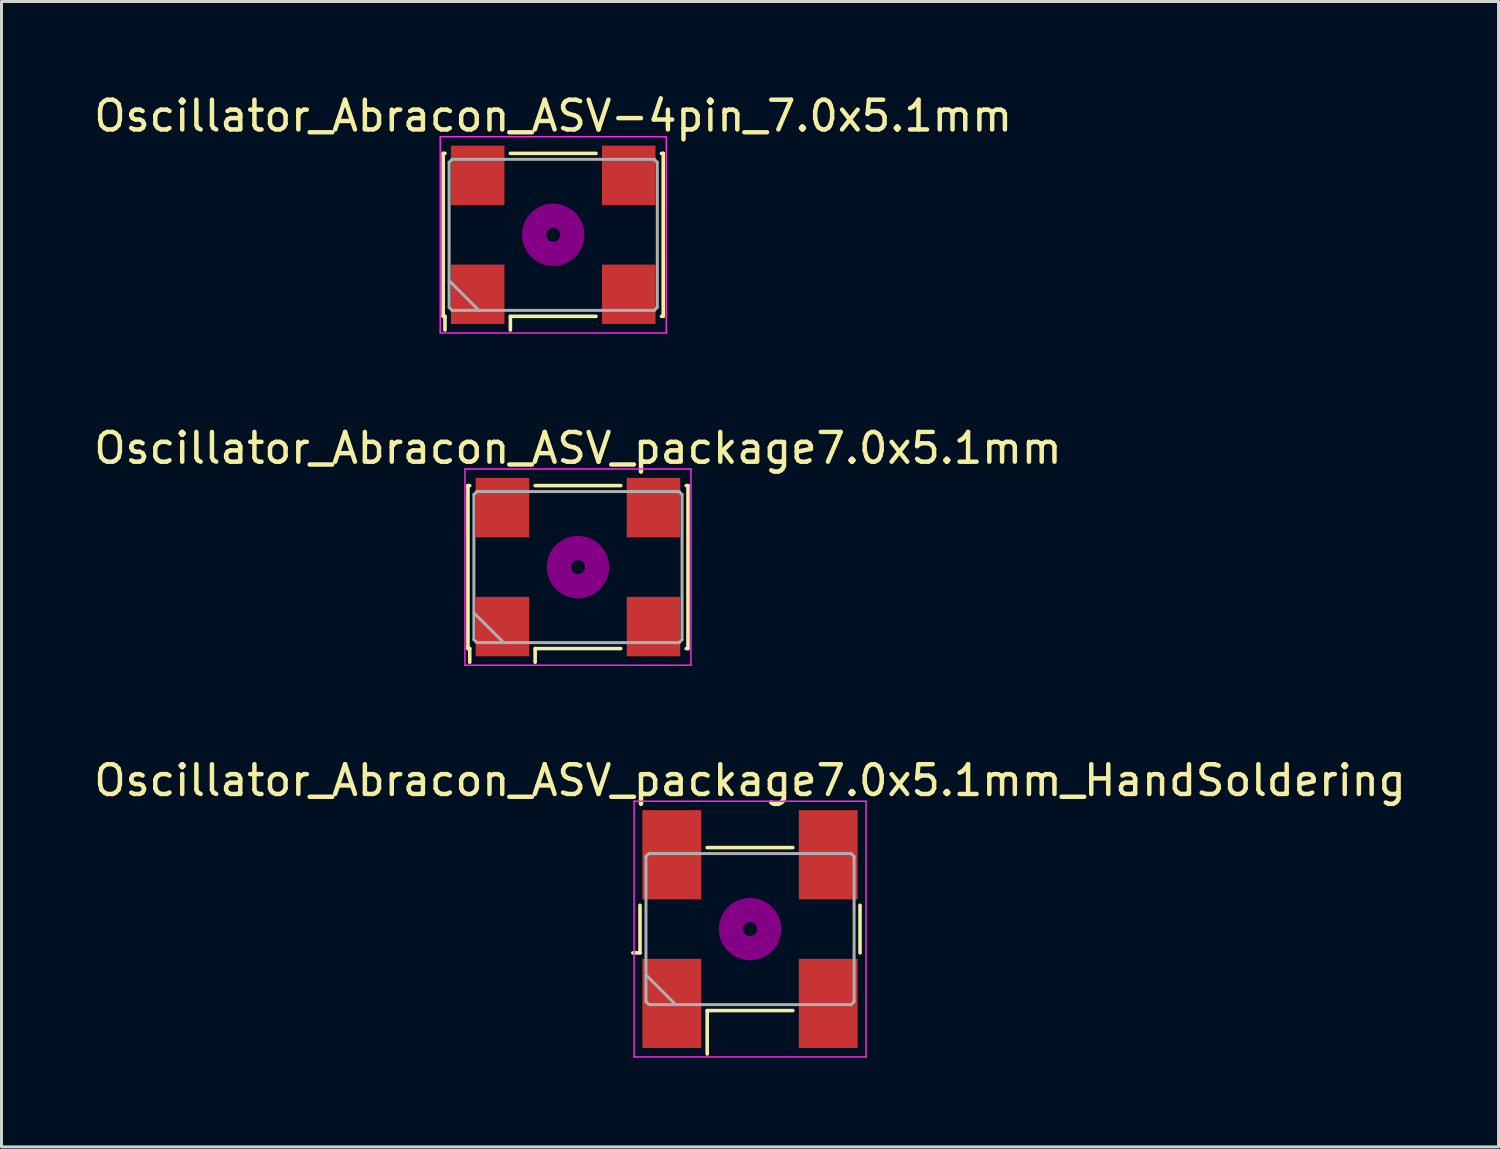
<source format=kicad_pcb>
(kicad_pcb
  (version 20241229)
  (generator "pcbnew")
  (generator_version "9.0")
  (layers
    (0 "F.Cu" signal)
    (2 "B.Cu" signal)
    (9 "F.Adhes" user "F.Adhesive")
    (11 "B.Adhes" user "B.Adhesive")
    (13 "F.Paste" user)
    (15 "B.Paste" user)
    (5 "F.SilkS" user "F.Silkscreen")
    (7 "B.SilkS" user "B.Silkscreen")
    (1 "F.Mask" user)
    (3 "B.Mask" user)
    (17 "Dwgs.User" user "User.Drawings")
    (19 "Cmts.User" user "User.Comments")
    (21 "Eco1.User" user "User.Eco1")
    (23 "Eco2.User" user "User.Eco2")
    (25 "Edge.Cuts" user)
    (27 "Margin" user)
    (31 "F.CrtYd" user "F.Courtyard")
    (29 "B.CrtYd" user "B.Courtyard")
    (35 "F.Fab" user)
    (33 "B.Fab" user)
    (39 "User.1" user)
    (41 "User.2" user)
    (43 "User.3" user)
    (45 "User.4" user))
  (footprint "Oscillator_Abracon_ASV-4pin_7.0x5.1mm"
    (layer "F.Cu")
    (at 15.554 4.848)
    (property "Reference" "Oscillator_Abracon_ASV-4pin_7.0x5.1mm" (at 0 -4 0) (layer "F.SilkS") (effects (font (size 1 1) (thickness 0.15))))
    (attr smd)
    (fp_line (start -3.7 -2.74) (end -3.64 -2.74) (stroke (width 0.12) (type solid)) (layer "F.SilkS"))
    (fp_line (start -3.7 2.74) (end -3.7 -2.74) (stroke (width 0.12) (type solid)) (layer "F.SilkS"))
    (fp_line (start -3.64 2.74) (end -3.7 2.74) (stroke (width 0.12) (type solid)) (layer "F.SilkS"))
    (fp_line (start -3.64 3.2) (end -3.64 2.74) (stroke (width 0.12) (type solid)) (layer "F.SilkS"))
    (fp_line (start -1.44 -2.74) (end 1.44 -2.74) (stroke (width 0.12) (type solid)) (layer "F.SilkS"))
    (fp_line (start -1.44 2.74) (end -1.44 3.2) (stroke (width 0.12) (type solid)) (layer "F.SilkS"))
    (fp_line (start 1.44 2.74) (end -1.44 2.74) (stroke (width 0.12) (type solid)) (layer "F.SilkS"))
    (fp_line (start 3.64 -2.74) (end 3.7 -2.74) (stroke (width 0.12) (type solid)) (layer "F.SilkS"))
    (fp_line (start 3.7 -2.74) (end 3.7 2.74) (stroke (width 0.12) (type solid)) (layer "F.SilkS"))
    (fp_line (start 3.7 2.74) (end 3.64 2.74) (stroke (width 0.12) (type solid)) (layer "F.SilkS"))
    (fp_circle (center 0 0) (end 0.233 0) (stroke (width 0.467) (type solid)) (fill no) (layer "F.Adhes"))
    (fp_circle (center 0 0) (end 0.533 0) (stroke (width 0.333) (type solid)) (fill no) (layer "F.Adhes"))
    (fp_circle (center 0 0) (end 0.833 0) (stroke (width 0.333) (type solid)) (fill no) (layer "F.Adhes"))
    (fp_circle (center 0 0) (end 1 0) (stroke (width 0.1) (type solid)) (fill no) (layer "F.Adhes"))
    (fp_line (start -3.8 -3.3) (end -3.8 3.3) (stroke (width 0.05) (type solid)) (layer "F.CrtYd"))
    (fp_line (start -3.8 3.3) (end 3.8 3.3) (stroke (width 0.05) (type solid)) (layer "F.CrtYd"))
    (fp_line (start 3.8 -3.3) (end -3.8 -3.3) (stroke (width 0.05) (type solid)) (layer "F.CrtYd"))
    (fp_line (start 3.8 3.3) (end 3.8 -3.3) (stroke (width 0.05) (type solid)) (layer "F.CrtYd"))
    (fp_line (start -3.5 -2.44) (end -3.4 -2.54) (stroke (width 0.1) (type solid)) (layer "F.Fab"))
    (fp_line (start -3.5 1.54) (end -2.5 2.54) (stroke (width 0.1) (type solid)) (layer "F.Fab"))
    (fp_line (start -3.5 2.44) (end -3.5 -2.44) (stroke (width 0.1) (type solid)) (layer "F.Fab"))
    (fp_line (start -3.4 -2.54) (end 3.4 -2.54) (stroke (width 0.1) (type solid)) (layer "F.Fab"))
    (fp_line (start -3.4 2.54) (end -3.5 2.44) (stroke (width 0.1) (type solid)) (layer "F.Fab"))
    (fp_line (start 3.4 -2.54) (end 3.5 -2.44) (stroke (width 0.1) (type solid)) (layer "F.Fab"))
    (fp_line (start 3.4 2.54) (end -3.4 2.54) (stroke (width 0.1) (type solid)) (layer "F.Fab"))
    (fp_line (start 3.5 -2.44) (end 3.5 2.44) (stroke (width 0.1) (type solid)) (layer "F.Fab"))
    (fp_line (start 3.5 2.44) (end 3.4 2.54) (stroke (width 0.1) (type solid)) (layer "F.Fab"))
    (pad "1" smd rect (at -2.54 2) (size 1.8 2) (layers "F.Cu" "F.Mask"))
    (pad "2" smd rect (at 2.54 2) (size 1.8 2) (layers "F.Cu" "F.Mask"))
    (pad "3" smd rect (at 2.54 -2) (size 1.8 2) (layers "F.Cu" "F.Mask"))
    (pad "4" smd rect (at -2.54 -2) (size 1.8 2) (layers "F.Cu" "F.Mask")))
  (footprint "Oscillator_Abracon_ASV_package7.0x5.1mm_HandSoldering"
    (layer "F.Cu")
    (at 22.173 28.195)
    (property "Reference" "Oscillator_Abracon_ASV_package7.0x5.1mm_HandSoldering" (at 0 -5 0) (layer "F.SilkS") (effects (font (size 1 1) (thickness 0.15))))
    (attr smd)
    (fp_line (start -3.94 0.8) (end -3.7 0.8) (stroke (width 0.12) (type solid)) (layer "F.SilkS"))
    (fp_line (start -3.7 0.8) (end -3.7 -0.8) (stroke (width 0.12) (type solid)) (layer "F.SilkS"))
    (fp_line (start -1.44 -2.74) (end 1.44 -2.74) (stroke (width 0.12) (type solid)) (layer "F.SilkS"))
    (fp_line (start -1.44 2.74) (end -1.44 4.2) (stroke (width 0.12) (type solid)) (layer "F.SilkS"))
    (fp_line (start 1.44 2.74) (end -1.44 2.74) (stroke (width 0.12) (type solid)) (layer "F.SilkS"))
    (fp_line (start 3.7 -0.8) (end 3.7 0.8) (stroke (width 0.12) (type solid)) (layer "F.SilkS"))
    (fp_circle (center 0 0) (end 0.233 0) (stroke (width 0.467) (type solid)) (fill no) (layer "F.Adhes"))
    (fp_circle (center 0 0) (end 0.533 0) (stroke (width 0.333) (type solid)) (fill no) (layer "F.Adhes"))
    (fp_circle (center 0 0) (end 0.833 0) (stroke (width 0.333) (type solid)) (fill no) (layer "F.Adhes"))
    (fp_circle (center 0 0) (end 1 0) (stroke (width 0.1) (type solid)) (fill no) (layer "F.Adhes"))
    (fp_line (start -3.9 -4.3) (end -3.9 4.3) (stroke (width 0.05) (type solid)) (layer "F.CrtYd"))
    (fp_line (start -3.9 4.3) (end 3.9 4.3) (stroke (width 0.05) (type solid)) (layer "F.CrtYd"))
    (fp_line (start 3.9 -4.3) (end -3.9 -4.3) (stroke (width 0.05) (type solid)) (layer "F.CrtYd"))
    (fp_line (start 3.9 4.3) (end 3.9 -4.3) (stroke (width 0.05) (type solid)) (layer "F.CrtYd"))
    (fp_line (start -3.5 -2.44) (end -3.4 -2.54) (stroke (width 0.1) (type solid)) (layer "F.Fab"))
    (fp_line (start -3.5 1.54) (end -2.5 2.54) (stroke (width 0.1) (type solid)) (layer "F.Fab"))
    (fp_line (start -3.5 2.44) (end -3.5 -2.44) (stroke (width 0.1) (type solid)) (layer "F.Fab"))
    (fp_line (start -3.4 -2.54) (end 3.4 -2.54) (stroke (width 0.1) (type solid)) (layer "F.Fab"))
    (fp_line (start -3.4 2.54) (end -3.5 2.44) (stroke (width 0.1) (type solid)) (layer "F.Fab"))
    (fp_line (start 3.4 -2.54) (end 3.5 -2.44) (stroke (width 0.1) (type solid)) (layer "F.Fab"))
    (fp_line (start 3.4 2.54) (end -3.4 2.54) (stroke (width 0.1) (type solid)) (layer "F.Fab"))
    (fp_line (start 3.5 -2.44) (end 3.5 2.44) (stroke (width 0.1) (type solid)) (layer "F.Fab"))
    (fp_line (start 3.5 2.44) (end 3.4 2.54) (stroke (width 0.1) (type solid)) (layer "F.Fab"))
    (pad "1" smd rect (at -2.63 2.5) (size 1.98 3) (layers "F.Cu" "F.Mask"))
    (pad "2" smd rect (at 2.63 2.5) (size 1.98 3) (layers "F.Cu" "F.Mask"))
    (pad "3" smd rect (at 2.63 -2.5) (size 1.98 3) (layers "F.Cu" "F.Mask"))
    (pad "4" smd rect (at -2.63 -2.5) (size 1.98 3) (layers "F.Cu" "F.Mask")))
  (footprint "Oscillator_Abracon_ASV_package7.0x5.1mm"
    (layer "F.Cu")
    (at 16.387 16.021)
    (property "Reference" "Oscillator_Abracon_ASV_package7.0x5.1mm" (at 0 -4 0) (layer "F.SilkS") (effects (font (size 1 1) (thickness 0.15))))
    (attr smd)
    (fp_line (start -3.7 -2.74) (end -3.64 -2.74) (stroke (width 0.12) (type solid)) (layer "F.SilkS"))
    (fp_line (start -3.7 2.74) (end -3.7 -2.74) (stroke (width 0.12) (type solid)) (layer "F.SilkS"))
    (fp_line (start -3.64 2.74) (end -3.7 2.74) (stroke (width 0.12) (type solid)) (layer "F.SilkS"))
    (fp_line (start -3.64 3.2) (end -3.64 2.74) (stroke (width 0.12) (type solid)) (layer "F.SilkS"))
    (fp_line (start -1.44 -2.74) (end 1.44 -2.74) (stroke (width 0.12) (type solid)) (layer "F.SilkS"))
    (fp_line (start -1.44 2.74) (end -1.44 3.2) (stroke (width 0.12) (type solid)) (layer "F.SilkS"))
    (fp_line (start 1.44 2.74) (end -1.44 2.74) (stroke (width 0.12) (type solid)) (layer "F.SilkS"))
    (fp_line (start 3.64 -2.74) (end 3.7 -2.74) (stroke (width 0.12) (type solid)) (layer "F.SilkS"))
    (fp_line (start 3.7 -2.74) (end 3.7 2.74) (stroke (width 0.12) (type solid)) (layer "F.SilkS"))
    (fp_line (start 3.7 2.74) (end 3.64 2.74) (stroke (width 0.12) (type solid)) (layer "F.SilkS"))
    (fp_circle (center 0 0) (end 0.233 0) (stroke (width 0.467) (type solid)) (fill no) (layer "F.Adhes"))
    (fp_circle (center 0 0) (end 0.533 0) (stroke (width 0.333) (type solid)) (fill no) (layer "F.Adhes"))
    (fp_circle (center 0 0) (end 0.833 0) (stroke (width 0.333) (type solid)) (fill no) (layer "F.Adhes"))
    (fp_circle (center 0 0) (end 1 0) (stroke (width 0.1) (type solid)) (fill no) (layer "F.Adhes"))
    (fp_line (start -3.8 -3.3) (end -3.8 3.3) (stroke (width 0.05) (type solid)) (layer "F.CrtYd"))
    (fp_line (start -3.8 3.3) (end 3.8 3.3) (stroke (width 0.05) (type solid)) (layer "F.CrtYd"))
    (fp_line (start 3.8 -3.3) (end -3.8 -3.3) (stroke (width 0.05) (type solid)) (layer "F.CrtYd"))
    (fp_line (start 3.8 3.3) (end 3.8 -3.3) (stroke (width 0.05) (type solid)) (layer "F.CrtYd"))
    (fp_line (start -3.5 -2.44) (end -3.4 -2.54) (stroke (width 0.1) (type solid)) (layer "F.Fab"))
    (fp_line (start -3.5 1.54) (end -2.5 2.54) (stroke (width 0.1) (type solid)) (layer "F.Fab"))
    (fp_line (start -3.5 2.44) (end -3.5 -2.44) (stroke (width 0.1) (type solid)) (layer "F.Fab"))
    (fp_line (start -3.4 -2.54) (end 3.4 -2.54) (stroke (width 0.1) (type solid)) (layer "F.Fab"))
    (fp_line (start -3.4 2.54) (end -3.5 2.44) (stroke (width 0.1) (type solid)) (layer "F.Fab"))
    (fp_line (start 3.4 -2.54) (end 3.5 -2.44) (stroke (width 0.1) (type solid)) (layer "F.Fab"))
    (fp_line (start 3.4 2.54) (end -3.4 2.54) (stroke (width 0.1) (type solid)) (layer "F.Fab"))
    (fp_line (start 3.5 -2.44) (end 3.5 2.44) (stroke (width 0.1) (type solid)) (layer "F.Fab"))
    (fp_line (start 3.5 2.44) (end 3.4 2.54) (stroke (width 0.1) (type solid)) (layer "F.Fab"))
    (pad "1" smd rect (at -2.54 2) (size 1.8 2) (layers "F.Cu" "F.Mask"))
    (pad "2" smd rect (at 2.54 2) (size 1.8 2) (layers "F.Cu" "F.Mask"))
    (pad "3" smd rect (at 2.54 -2) (size 1.8 2) (layers "F.Cu" "F.Mask"))
    (pad "4" smd rect (at -2.54 -2) (size 1.8 2) (layers "F.Cu" "F.Mask")))
  (gr_rect
    (start -3 -3)
    (end 47.345 35.52)
    (stroke (width 0.1) (type default))
    (fill no)
    (layer "Edge.Cuts")))
</source>
